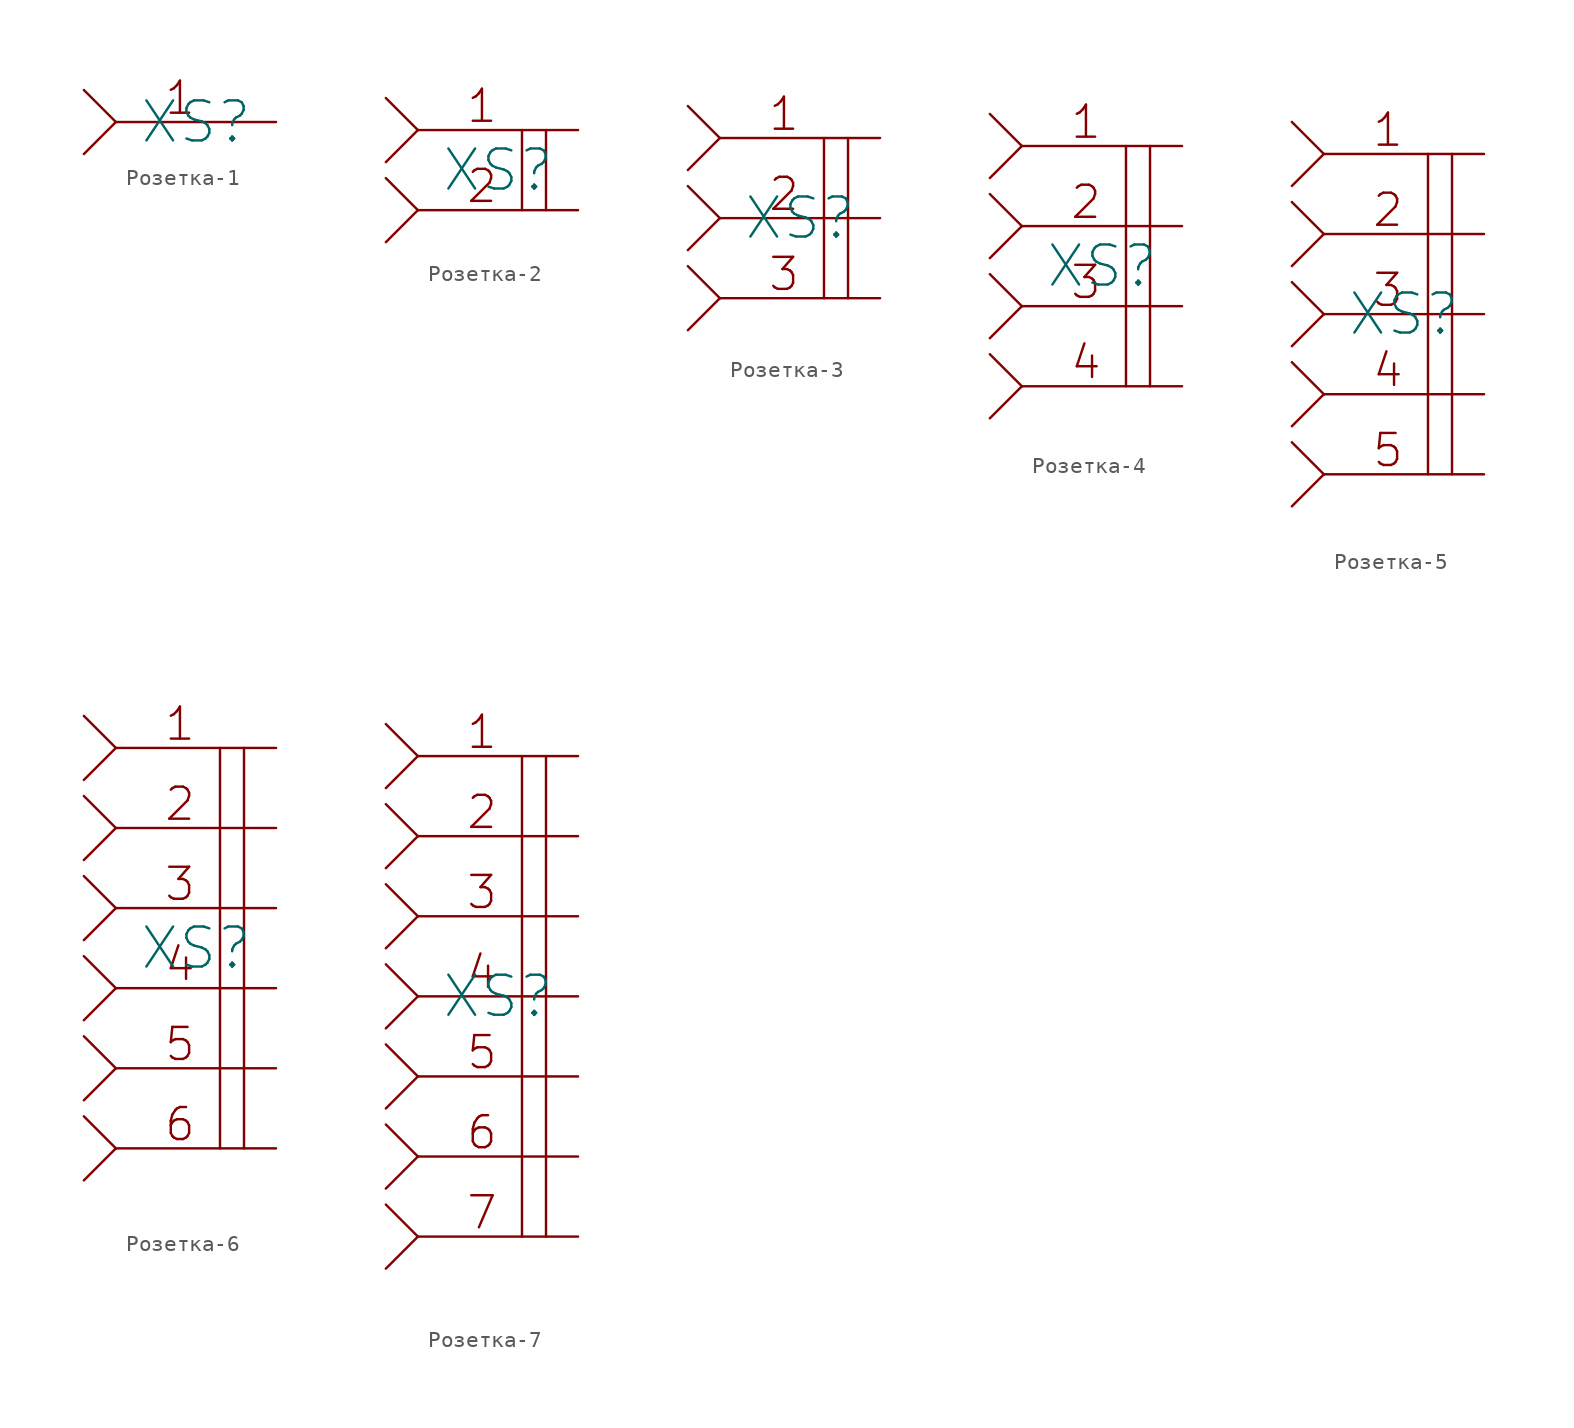
<source format=kicad_sym>
(kicad_symbol_lib
  (version 20220914)
  (generator kicad_symbol_editor)
  (symbol "Розетка-1"
    (pin_numbers hide)
    (pin_names hide)
    (property "Reference" "XS"
      (at 0 0 0)
      (effects (font (size 2.5 2.5))))
    (property "Value" ""
      (at -6.25 0 0)
      (effects (font (size 1.27 1.27))))
    (symbol "Розетка-1_0_1"
      (polyline (pts (xy -5 0) (xy -7 -2)) (stroke (width 0) (type default)) (fill (type none)))
      (polyline (pts (xy -5 0) (xy -7 2)) (stroke (width 0) (type default)) (fill (type none))))
    (symbol "Розетка-1_1_1"
      (text "1" (at -1 1.5 0) (effects (font (size 2 2))))
      (pin input line (at 5 0 180) (length 10) (name "" (effects (font (size 1.27 1.27)))) (number "1" (effects (font (size 1.27 1.27)))))))
  (symbol "Розетка-2"
    (pin_numbers hide)
    (pin_names hide)
    (property "Reference" "XS"
      (at 0 0 0)
      (effects (font (size 2.5 2.5))))
    (property "Value" ""
      (at -6.25 2.5 0)
      (effects (font (size 1.27 1.27))))
    (symbol "Розетка-2_0_1"
      (polyline (pts (xy -5 -2.5) (xy -7 -4.5)) (stroke (width 0) (type default)) (fill (type none)))
      (polyline (pts (xy -5 -2.5) (xy -7 -0.5)) (stroke (width 0) (type default)) (fill (type none)))
      (polyline (pts (xy -5 2.5) (xy -7 0.5)) (stroke (width 0) (type default)) (fill (type none)))
      (polyline (pts (xy -5 2.5) (xy -7 4.5)) (stroke (width 0) (type default)) (fill (type none)))
      (polyline (pts (xy 1.5 2.5) (xy 1.5 -2.5)) (stroke (width 0) (type default)) (fill (type none)))
      (polyline (pts (xy 3 2.5) (xy 3 -2.5)) (stroke (width 0) (type default)) (fill (type none))))
    (symbol "Розетка-2_1_1"
      (text "1" (at -1 4 0) (effects (font (size 2 2))))
      (text "2" (at -1 -1 0) (effects (font (size 2 2))))
      (pin input line (at 5 2.5 180) (length 10) (name "" (effects (font (size 1.27 1.27)))) (number "1" (effects (font (size 1.27 1.27)))))
      (pin input line (at 5 -2.5 180) (length 10) (name "" (effects (font (size 1.27 1.27)))) (number "2" (effects (font (size 1.27 1.27)))))))
  (symbol "Розетка-3"
    (pin_numbers hide)
    (pin_names hide)
    (property "Reference" "XS"
      (at 0 0 0)
      (effects (font (size 2.5 2.5))))
    (property "Value" ""
      (at -6.25 5 0)
      (effects (font (size 1.27 1.27))))
    (symbol "Розетка-3_0_1"
      (polyline (pts (xy -5 -5) (xy -7 -7)) (stroke (width 0) (type default)) (fill (type none)))
      (polyline (pts (xy -5 -5) (xy -7 -3)) (stroke (width 0) (type default)) (fill (type none)))
      (polyline (pts (xy -5 0) (xy -7 -2)) (stroke (width 0) (type default)) (fill (type none)))
      (polyline (pts (xy -5 0) (xy -7 2)) (stroke (width 0) (type default)) (fill (type none)))
      (polyline (pts (xy -5 5) (xy -7 3)) (stroke (width 0) (type default)) (fill (type none)))
      (polyline (pts (xy -5 5) (xy -7 7)) (stroke (width 0) (type default)) (fill (type none)))
      (polyline (pts (xy 1.5 5) (xy 1.5 -5)) (stroke (width 0) (type default)) (fill (type none)))
      (polyline (pts (xy 3 5) (xy 3 -5)) (stroke (width 0) (type default)) (fill (type none))))
    (symbol "Розетка-3_1_1"
      (text "1" (at -1 6.5 0) (effects (font (size 2 2))))
      (text "2" (at -1 1.5 0) (effects (font (size 2 2))))
      (text "3" (at -1 -3.5 0) (effects (font (size 2 2))))
      (pin input line (at 5 5 180) (length 10) (name "" (effects (font (size 1.27 1.27)))) (number "1" (effects (font (size 1.27 1.27)))))
      (pin input line (at 5 0 180) (length 10) (name "" (effects (font (size 1.27 1.27)))) (number "2" (effects (font (size 1.27 1.27)))))
      (pin input line (at 5 -5 180) (length 10) (name "" (effects (font (size 1.27 1.27)))) (number "3" (effects (font (size 1.27 1.27)))))))
  (symbol "Розетка-4"
    (pin_numbers hide)
    (pin_names hide)
    (property "Reference" "XS"
      (at 0 0 0)
      (effects (font (size 2.5 2.5))))
    (property "Value" ""
      (at -6.25 7.5 0)
      (effects (font (size 1.27 1.27))))
    (symbol "Розетка-4_0_1"
      (polyline (pts (xy -5 -7.5) (xy -7 -9.5)) (stroke (width 0) (type default)) (fill (type none)))
      (polyline (pts (xy -5 -7.5) (xy -7 -5.5)) (stroke (width 0) (type default)) (fill (type none)))
      (polyline (pts (xy -5 -2.5) (xy -7 -4.5)) (stroke (width 0) (type default)) (fill (type none)))
      (polyline (pts (xy -5 -2.5) (xy -7 -0.5)) (stroke (width 0) (type default)) (fill (type none)))
      (polyline (pts (xy -5 2.5) (xy -7 0.5)) (stroke (width 0) (type default)) (fill (type none)))
      (polyline (pts (xy -5 2.5) (xy -7 4.5)) (stroke (width 0) (type default)) (fill (type none)))
      (polyline (pts (xy -5 7.5) (xy -7 5.5)) (stroke (width 0) (type default)) (fill (type none)))
      (polyline (pts (xy -5 7.5) (xy -7 9.5)) (stroke (width 0) (type default)) (fill (type none)))
      (polyline (pts (xy 1.5 7.5) (xy 1.5 -7.5)) (stroke (width 0) (type default)) (fill (type none)))
      (polyline (pts (xy 3 7.5) (xy 3 -7.5)) (stroke (width 0) (type default)) (fill (type none))))
    (symbol "Розетка-4_1_1"
      (text "1" (at -1 9 0) (effects (font (size 2 2))))
      (text "2" (at -1 4 0) (effects (font (size 2 2))))
      (text "3" (at -1 -1 0) (effects (font (size 2 2))))
      (text "4" (at -1 -6 0) (effects (font (size 2 2))))
      (pin input line (at 5 7.5 180) (length 10) (name "" (effects (font (size 1.27 1.27)))) (number "1" (effects (font (size 1.27 1.27)))))
      (pin input line (at 5 2.5 180) (length 10) (name "" (effects (font (size 1.27 1.27)))) (number "2" (effects (font (size 1.27 1.27)))))
      (pin input line (at 5 -2.5 180) (length 10) (name "" (effects (font (size 1.27 1.27)))) (number "3" (effects (font (size 1.27 1.27)))))
      (pin input line (at 5 -7.5 180) (length 10) (name "" (effects (font (size 1.27 1.27)))) (number "4" (effects (font (size 1.27 1.27)))))))
  (symbol "Розетка-5"
    (pin_numbers hide)
    (pin_names hide)
    (property "Reference" "XS"
      (at 0 0 0)
      (effects (font (size 2.5 2.5))))
    (property "Value" ""
      (at -6.25 10 0)
      (effects (font (size 1.27 1.27))))
    (symbol "Розетка-5_0_1"
      (polyline (pts (xy -5 -10) (xy -7 -12)) (stroke (width 0) (type default)) (fill (type none)))
      (polyline (pts (xy -5 -10) (xy -7 -8)) (stroke (width 0) (type default)) (fill (type none)))
      (polyline (pts (xy -5 -5) (xy -7 -7)) (stroke (width 0) (type default)) (fill (type none)))
      (polyline (pts (xy -5 -5) (xy -7 -3)) (stroke (width 0) (type default)) (fill (type none)))
      (polyline (pts (xy -5 0) (xy -7 -2)) (stroke (width 0) (type default)) (fill (type none)))
      (polyline (pts (xy -5 0) (xy -7 2)) (stroke (width 0) (type default)) (fill (type none)))
      (polyline (pts (xy -5 5) (xy -7 3)) (stroke (width 0) (type default)) (fill (type none)))
      (polyline (pts (xy -5 5) (xy -7 7)) (stroke (width 0) (type default)) (fill (type none)))
      (polyline (pts (xy -5 10) (xy -7 8)) (stroke (width 0) (type default)) (fill (type none)))
      (polyline (pts (xy -5 10) (xy -7 12)) (stroke (width 0) (type default)) (fill (type none)))
      (polyline (pts (xy 1.5 10) (xy 1.5 -10)) (stroke (width 0) (type default)) (fill (type none)))
      (polyline (pts (xy 3 10) (xy 3 -10)) (stroke (width 0) (type default)) (fill (type none))))
    (symbol "Розетка-5_1_1"
      (text "1" (at -1 11.5 0) (effects (font (size 2 2))))
      (text "2" (at -1 6.5 0) (effects (font (size 2 2))))
      (text "3" (at -1 1.5 0) (effects (font (size 2 2))))
      (text "4" (at -1 -3.5 0) (effects (font (size 2 2))))
      (text "5" (at -1 -8.5 0) (effects (font (size 2 2))))
      (pin input line (at 5 10 180) (length 10) (name "" (effects (font (size 1.27 1.27)))) (number "1" (effects (font (size 1.27 1.27)))))
      (pin input line (at 5 5 180) (length 10) (name "" (effects (font (size 1.27 1.27)))) (number "2" (effects (font (size 1.27 1.27)))))
      (pin input line (at 5 0 180) (length 10) (name "" (effects (font (size 1.27 1.27)))) (number "3" (effects (font (size 1.27 1.27)))))
      (pin input line (at 5 -5 180) (length 10) (name "" (effects (font (size 1.27 1.27)))) (number "4" (effects (font (size 1.27 1.27)))))
      (pin input line (at 5 -10 180) (length 10) (name "" (effects (font (size 1.27 1.27)))) (number "5" (effects (font (size 1.27 1.27)))))))
  (symbol "Розетка-6"
    (pin_numbers hide)
    (pin_names hide)
    (property "Reference" "XS"
      (at 0 0 0)
      (effects (font (size 2.5 2.5))))
    (property "Value" ""
      (at -6.25 12.5 0)
      (effects (font (size 1.27 1.27))))
    (symbol "Розетка-6_0_1"
      (polyline (pts (xy -5 -12.5) (xy -7 -14.5)) (stroke (width 0) (type default)) (fill (type none)))
      (polyline (pts (xy -5 -12.5) (xy -7 -10.5)) (stroke (width 0) (type default)) (fill (type none)))
      (polyline (pts (xy -5 -7.5) (xy -7 -9.5)) (stroke (width 0) (type default)) (fill (type none)))
      (polyline (pts (xy -5 -7.5) (xy -7 -5.5)) (stroke (width 0) (type default)) (fill (type none)))
      (polyline (pts (xy -5 -2.5) (xy -7 -4.5)) (stroke (width 0) (type default)) (fill (type none)))
      (polyline (pts (xy -5 -2.5) (xy -7 -0.5)) (stroke (width 0) (type default)) (fill (type none)))
      (polyline (pts (xy -5 2.5) (xy -7 0.5)) (stroke (width 0) (type default)) (fill (type none)))
      (polyline (pts (xy -5 2.5) (xy -7 4.5)) (stroke (width 0) (type default)) (fill (type none)))
      (polyline (pts (xy -5 7.5) (xy -7 5.5)) (stroke (width 0) (type default)) (fill (type none)))
      (polyline (pts (xy -5 7.5) (xy -7 9.5)) (stroke (width 0) (type default)) (fill (type none)))
      (polyline (pts (xy -5 12.5) (xy -7 10.5)) (stroke (width 0) (type default)) (fill (type none)))
      (polyline (pts (xy -5 12.5) (xy -7 14.5)) (stroke (width 0) (type default)) (fill (type none)))
      (polyline (pts (xy 1.5 12.5) (xy 1.5 -12.5)) (stroke (width 0) (type default)) (fill (type none)))
      (polyline (pts (xy 3 12.5) (xy 3 -12.5)) (stroke (width 0) (type default)) (fill (type none))))
    (symbol "Розетка-6_1_1"
      (text "1" (at -1 14 0) (effects (font (size 2 2))))
      (text "2" (at -1 9 0) (effects (font (size 2 2))))
      (text "3" (at -1 4 0) (effects (font (size 2 2))))
      (text "4" (at -1 -1 0) (effects (font (size 2 2))))
      (text "5" (at -1 -6 0) (effects (font (size 2 2))))
      (text "6" (at -1 -11 0) (effects (font (size 2 2))))
      (pin input line (at 5 12.5 180) (length 10) (name "" (effects (font (size 1.27 1.27)))) (number "1" (effects (font (size 1.27 1.27)))))
      (pin input line (at 5 7.5 180) (length 10) (name "" (effects (font (size 1.27 1.27)))) (number "2" (effects (font (size 1.27 1.27)))))
      (pin input line (at 5 2.5 180) (length 10) (name "" (effects (font (size 1.27 1.27)))) (number "3" (effects (font (size 1.27 1.27)))))
      (pin input line (at 5 -2.5 180) (length 10) (name "" (effects (font (size 1.27 1.27)))) (number "4" (effects (font (size 1.27 1.27)))))
      (pin input line (at 5 -7.5 180) (length 10) (name "" (effects (font (size 1.27 1.27)))) (number "5" (effects (font (size 1.27 1.27)))))
      (pin input line (at 5 -12.5 180) (length 10) (name "" (effects (font (size 1.27 1.27)))) (number "6" (effects (font (size 1.27 1.27)))))))
  (symbol "Розетка-7"
    (pin_numbers hide)
    (pin_names hide)
    (property "Reference" "XS"
      (at 0 0 0)
      (effects (font (size 2.5 2.5))))
    (property "Value" ""
      (at -6.25 15 0)
      (effects (font (size 1.27 1.27))))
    (symbol "Розетка-7_0_1"
      (polyline (pts (xy -5 -15) (xy -7 -17)) (stroke (width 0) (type default)) (fill (type none)))
      (polyline (pts (xy -5 -15) (xy -7 -13)) (stroke (width 0) (type default)) (fill (type none)))
      (polyline (pts (xy -5 -10) (xy -7 -12)) (stroke (width 0) (type default)) (fill (type none)))
      (polyline (pts (xy -5 -10) (xy -7 -8)) (stroke (width 0) (type default)) (fill (type none)))
      (polyline (pts (xy -5 -5) (xy -7 -7)) (stroke (width 0) (type default)) (fill (type none)))
      (polyline (pts (xy -5 -5) (xy -7 -3)) (stroke (width 0) (type default)) (fill (type none)))
      (polyline (pts (xy -5 0) (xy -7 -2)) (stroke (width 0) (type default)) (fill (type none)))
      (polyline (pts (xy -5 0) (xy -7 2)) (stroke (width 0) (type default)) (fill (type none)))
      (polyline (pts (xy -5 5) (xy -7 3)) (stroke (width 0) (type default)) (fill (type none)))
      (polyline (pts (xy -5 5) (xy -7 7)) (stroke (width 0) (type default)) (fill (type none)))
      (polyline (pts (xy -5 10) (xy -7 8)) (stroke (width 0) (type default)) (fill (type none)))
      (polyline (pts (xy -5 10) (xy -7 12)) (stroke (width 0) (type default)) (fill (type none)))
      (polyline (pts (xy -5 15) (xy -7 13)) (stroke (width 0) (type default)) (fill (type none)))
      (polyline (pts (xy -5 15) (xy -7 17)) (stroke (width 0) (type default)) (fill (type none)))
      (polyline (pts (xy 1.5 15) (xy 1.5 -15)) (stroke (width 0) (type default)) (fill (type none)))
      (polyline (pts (xy 3 15) (xy 3 -15)) (stroke (width 0) (type default)) (fill (type none))))
    (symbol "Розетка-7_1_1"
      (text "1" (at -1 16.5 0) (effects (font (size 2 2))))
      (text "2" (at -1 11.5 0) (effects (font (size 2 2))))
      (text "3" (at -1 6.5 0) (effects (font (size 2 2))))
      (text "4" (at -1 1.5 0) (effects (font (size 2 2))))
      (text "5" (at -1 -3.5 0) (effects (font (size 2 2))))
      (text "6" (at -1 -8.5 0) (effects (font (size 2 2))))
      (text "7" (at -1 -13.5 0) (effects (font (size 2 2))))
      (pin input line (at 5 15 180) (length 10) (name "" (effects (font (size 1.27 1.27)))) (number "1" (effects (font (size 1.27 1.27)))))
      (pin input line (at 5 10 180) (length 10) (name "" (effects (font (size 1.27 1.27)))) (number "2" (effects (font (size 1.27 1.27)))))
      (pin input line (at 5 5 180) (length 10) (name "" (effects (font (size 1.27 1.27)))) (number "3" (effects (font (size 1.27 1.27)))))
      (pin input line (at 5 0 180) (length 10) (name "" (effects (font (size 1.27 1.27)))) (number "4" (effects (font (size 1.27 1.27)))))
      (pin input line (at 5 -5 180) (length 10) (name "" (effects (font (size 1.27 1.27)))) (number "5" (effects (font (size 1.27 1.27)))))
      (pin input line (at 5 -10 180) (length 10) (name "" (effects (font (size 1.27 1.27)))) (number "6" (effects (font (size 1.27 1.27)))))
      (pin input line (at 5 -15 180) (length 10) (name "" (effects (font (size 1.27 1.27)))) (number "7" (effects (font (size 1.27 1.27))))))))
</source>
